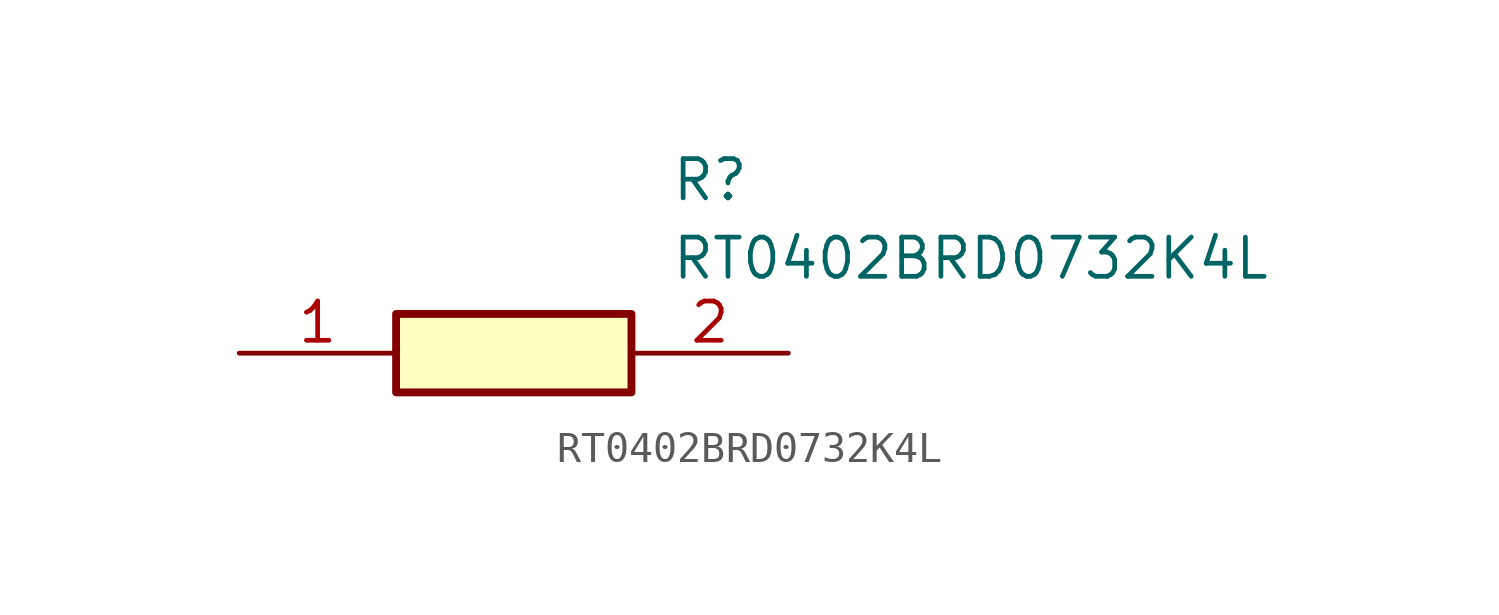
<source format=kicad_sym>
(kicad_symbol_lib
  (version 20211014)
  (generator SamacSys_ECAD_Model)
  (symbol "RT0402BRD0732K4L"
    (pin_names hide)
    (property "Reference" "R"
      (at 13.97 6.35 0)
      (effects (font (size 1.27 1.27)) (justify left top)))
    (property "Value" "RT0402BRD0732K4L"
      (at 13.97 3.81 0)
      (effects (font (size 1.27 1.27)) (justify left top)))
    (rectangle
      (start 5.08 1.27)
      (end 12.7 -1.27)
      (stroke (width 0.254) (type default))
      (fill (type background)))
    (pin passive line
      (at 0 0 0)
      (length 5.08)
      (name "1" (effects (font (size 1.27 1.27))))
      (number "1" (effects (font (size 1.27 1.27)))))
    (pin passive line
      (at 17.78 0 180)
      (length 5.08)
      (name "2" (effects (font (size 1.27 1.27))))
      (number "2" (effects (font (size 1.27 1.27)))))))
</source>
